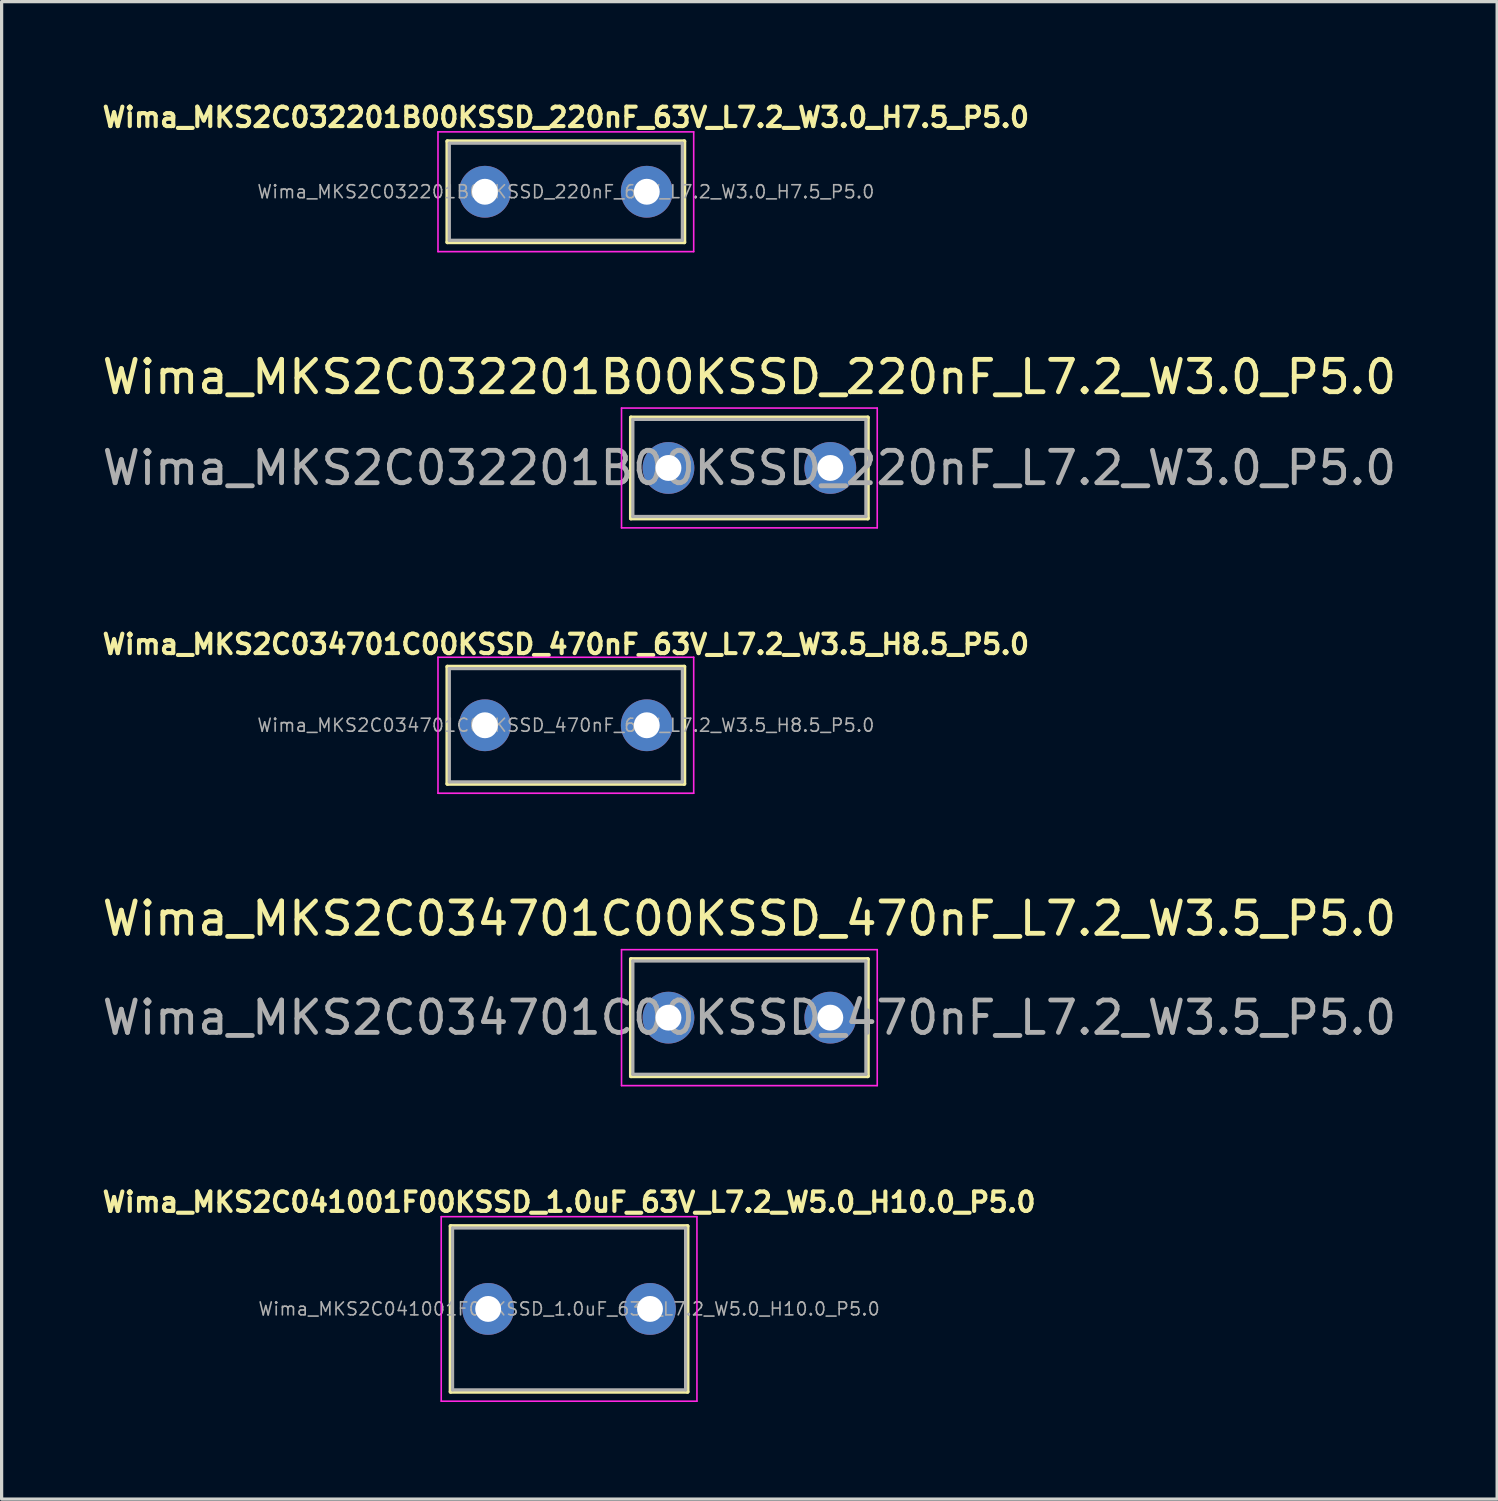
<source format=kicad_pcb>
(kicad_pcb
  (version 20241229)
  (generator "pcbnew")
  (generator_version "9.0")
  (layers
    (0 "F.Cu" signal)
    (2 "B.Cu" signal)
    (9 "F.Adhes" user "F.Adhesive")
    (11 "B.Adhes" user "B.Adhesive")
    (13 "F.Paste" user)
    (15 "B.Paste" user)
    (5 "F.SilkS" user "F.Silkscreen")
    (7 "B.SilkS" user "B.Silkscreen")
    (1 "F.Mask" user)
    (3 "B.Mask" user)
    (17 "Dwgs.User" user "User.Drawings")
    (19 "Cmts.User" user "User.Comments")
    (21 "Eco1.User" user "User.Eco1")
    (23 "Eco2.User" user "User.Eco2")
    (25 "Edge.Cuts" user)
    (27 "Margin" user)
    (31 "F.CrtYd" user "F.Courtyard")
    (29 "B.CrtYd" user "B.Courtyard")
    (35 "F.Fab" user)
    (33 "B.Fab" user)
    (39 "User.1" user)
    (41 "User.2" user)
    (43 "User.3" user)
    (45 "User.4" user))
  (footprint "Wima_MKS2C032201B00KSSD_220nF_L7.2_W3.0_P5.0"
    (layer "F.Cu")
    (at 17.601 11.407)
    (property "Reference" "Wima_MKS2C032201B00KSSD_220nF_L7.2_W3.0_P5.0" (at 2.5 -2.81 0) (layer "F.SilkS") (effects (font (size 1 1) (thickness 0.15))))
    (attr through_hole)
    (fp_line (start -1.16 -1.56) (end -1.16 1.56) (stroke (width 0.12) (type solid)) (layer "F.SilkS"))
    (fp_line (start -1.16 -1.56) (end 6.16 -1.56) (stroke (width 0.12) (type solid)) (layer "F.SilkS"))
    (fp_line (start -1.16 1.56) (end 6.16 1.56) (stroke (width 0.12) (type solid)) (layer "F.SilkS"))
    (fp_line (start 6.16 -1.56) (end 6.16 1.56) (stroke (width 0.12) (type solid)) (layer "F.SilkS"))
    (fp_line (start -1.45 -1.85) (end -1.45 1.85) (stroke (width 0.05) (type solid)) (layer "F.CrtYd"))
    (fp_line (start -1.45 1.85) (end 6.45 1.85) (stroke (width 0.05) (type solid)) (layer "F.CrtYd"))
    (fp_line (start 6.45 -1.85) (end -1.45 -1.85) (stroke (width 0.05) (type solid)) (layer "F.CrtYd"))
    (fp_line (start 6.45 1.85) (end 6.45 -1.85) (stroke (width 0.05) (type solid)) (layer "F.CrtYd"))
    (fp_line (start -1.1 -1.5) (end -1.1 1.5) (stroke (width 0.1) (type solid)) (layer "F.Fab"))
    (fp_line (start -1.1 1.5) (end 6.1 1.5) (stroke (width 0.1) (type solid)) (layer "F.Fab"))
    (fp_line (start 6.1 -1.5) (end -1.1 -1.5) (stroke (width 0.1) (type solid)) (layer "F.Fab"))
    (fp_line (start 6.1 1.5) (end 6.1 -1.5) (stroke (width 0.1) (type solid)) (layer "F.Fab"))
    (fp_text user "${REFERENCE}" (at 2.5 0 0) (layer "F.Fab") (effects (font (size 1 1) (thickness 0.15))))
    (pad "1" thru_hole circle (at 0 0) (size 1.6 1.6) (drill 0.8) (layers "*.Cu" "*.Mask"))
    (pad "2" thru_hole circle (at 5 0) (size 1.6 1.6) (drill 0.8) (layers "*.Cu" "*.Mask")))
  (footprint "Wima_MKS2C032201B00KSSD_220nF_63V_L7.2_W3.0_H7.5_P5.0"
    (layer "F.Cu")
    (at 14.431 2.874)
    (property "Reference" "Wima_MKS2C032201B00KSSD_220nF_63V_L7.2_W3.0_H7.5_P5.0" (at 0 -2.3 0) (layer "F.SilkS") (effects (font (size 0.6 0.6) (thickness 0.127))))
    (attr through_hole)
    (fp_line (start -3.66 -1.56) (end -3.66 1.56) (stroke (width 0.12) (type solid)) (layer "F.SilkS"))
    (fp_line (start -3.66 -1.56) (end 3.66 -1.56) (stroke (width 0.12) (type solid)) (layer "F.SilkS"))
    (fp_line (start -3.66 1.56) (end 3.66 1.56) (stroke (width 0.12) (type solid)) (layer "F.SilkS"))
    (fp_line (start 3.66 -1.56) (end 3.66 1.56) (stroke (width 0.12) (type solid)) (layer "F.SilkS"))
    (fp_line (start -3.95 -1.85) (end -3.95 1.85) (stroke (width 0.05) (type solid)) (layer "F.CrtYd"))
    (fp_line (start -3.95 1.85) (end 3.95 1.85) (stroke (width 0.05) (type solid)) (layer "F.CrtYd"))
    (fp_line (start 3.95 -1.85) (end -3.95 -1.85) (stroke (width 0.05) (type solid)) (layer "F.CrtYd"))
    (fp_line (start 3.95 1.85) (end 3.95 -1.85) (stroke (width 0.05) (type solid)) (layer "F.CrtYd"))
    (fp_line (start -3.6 -1.5) (end -3.6 1.5) (stroke (width 0.1) (type solid)) (layer "F.Fab"))
    (fp_line (start -3.6 1.5) (end 3.6 1.5) (stroke (width 0.1) (type solid)) (layer "F.Fab"))
    (fp_line (start 3.6 -1.5) (end -3.6 -1.5) (stroke (width 0.1) (type solid)) (layer "F.Fab"))
    (fp_line (start 3.6 1.5) (end 3.6 -1.5) (stroke (width 0.1) (type solid)) (layer "F.Fab"))
    (fp_text user "${REFERENCE}" (at 0 0 0) (layer "F.Fab") (effects (font (size 0.4 0.4) (thickness 0.05))))
    (pad "1" thru_hole circle (at -2.5 0) (size 1.6 1.6) (drill 0.8) (layers "*.Cu" "*.Mask"))
    (pad "2" thru_hole circle (at 2.5 0) (size 1.6 1.6) (drill 0.8) (layers "*.Cu" "*.Mask")))
  (footprint "Wima_MKS2C041001F00KSSD_1.0uF_63V_L7.2_W5.0_H10.0_P5.0"
    (layer "F.Cu")
    (at 14.531 37.388)
    (property "Reference" "Wima_MKS2C041001F00KSSD_1.0uF_63V_L7.2_W5.0_H10.0_P5.0" (at 0 -3.3 0) (layer "F.SilkS") (effects (font (size 0.6 0.6) (thickness 0.127))))
    (attr through_hole)
    (fp_line (start -3.66 -2.56) (end -3.66 2.56) (stroke (width 0.12) (type solid)) (layer "F.SilkS"))
    (fp_line (start -3.66 -2.56) (end 3.66 -2.56) (stroke (width 0.12) (type solid)) (layer "F.SilkS"))
    (fp_line (start -3.66 2.56) (end 3.66 2.56) (stroke (width 0.12) (type solid)) (layer "F.SilkS"))
    (fp_line (start 3.66 -2.56) (end 3.66 2.56) (stroke (width 0.12) (type solid)) (layer "F.SilkS"))
    (fp_line (start -3.95 -2.85) (end -3.95 2.85) (stroke (width 0.05) (type solid)) (layer "F.CrtYd"))
    (fp_line (start -3.95 2.85) (end 3.95 2.85) (stroke (width 0.05) (type solid)) (layer "F.CrtYd"))
    (fp_line (start 3.95 -2.85) (end -3.95 -2.85) (stroke (width 0.05) (type solid)) (layer "F.CrtYd"))
    (fp_line (start 3.95 2.85) (end 3.95 -2.85) (stroke (width 0.05) (type solid)) (layer "F.CrtYd"))
    (fp_line (start -3.6 -2.5) (end -3.6 2.5) (stroke (width 0.1) (type solid)) (layer "F.Fab"))
    (fp_line (start -3.6 2.5) (end 3.6 2.5) (stroke (width 0.1) (type solid)) (layer "F.Fab"))
    (fp_line (start 3.6 -2.5) (end -3.6 -2.5) (stroke (width 0.1) (type solid)) (layer "F.Fab"))
    (fp_line (start 3.6 2.5) (end 3.6 -2.5) (stroke (width 0.1) (type solid)) (layer "F.Fab"))
    (fp_text user "${REFERENCE}" (at 0 0 0) (layer "F.Fab") (effects (font (size 0.4 0.4) (thickness 0.05))))
    (pad "1" thru_hole circle (at -2.5 0) (size 1.6 1.6) (drill 0.8) (layers "*.Cu" "*.Mask"))
    (pad "2" thru_hole circle (at 2.5 0) (size 1.6 1.6) (drill 0.8) (layers "*.Cu" "*.Mask")))
  (footprint "Wima_MKS2C034701C00KSSD_470nF_L7.2_W3.5_P5.0"
    (layer "F.Cu")
    (at 17.601 28.389)
    (property "Reference" "Wima_MKS2C034701C00KSSD_470nF_L7.2_W3.5_P5.0" (at 2.5 -3.06 0) (layer "F.SilkS") (effects (font (size 1 1) (thickness 0.15))))
    (attr through_hole)
    (fp_line (start -1.16 -1.81) (end -1.16 1.81) (stroke (width 0.12) (type solid)) (layer "F.SilkS"))
    (fp_line (start -1.16 -1.81) (end 6.16 -1.81) (stroke (width 0.12) (type solid)) (layer "F.SilkS"))
    (fp_line (start -1.16 1.81) (end 6.16 1.81) (stroke (width 0.12) (type solid)) (layer "F.SilkS"))
    (fp_line (start 6.16 -1.81) (end 6.16 1.81) (stroke (width 0.12) (type solid)) (layer "F.SilkS"))
    (fp_line (start -1.45 -2.1) (end -1.45 2.1) (stroke (width 0.05) (type solid)) (layer "F.CrtYd"))
    (fp_line (start -1.45 2.1) (end 6.45 2.1) (stroke (width 0.05) (type solid)) (layer "F.CrtYd"))
    (fp_line (start 6.45 -2.1) (end -1.45 -2.1) (stroke (width 0.05) (type solid)) (layer "F.CrtYd"))
    (fp_line (start 6.45 2.1) (end 6.45 -2.1) (stroke (width 0.05) (type solid)) (layer "F.CrtYd"))
    (fp_line (start -1.1 -1.75) (end -1.1 1.75) (stroke (width 0.1) (type solid)) (layer "F.Fab"))
    (fp_line (start -1.1 1.75) (end 6.1 1.75) (stroke (width 0.1) (type solid)) (layer "F.Fab"))
    (fp_line (start 6.1 -1.75) (end -1.1 -1.75) (stroke (width 0.1) (type solid)) (layer "F.Fab"))
    (fp_line (start 6.1 1.75) (end 6.1 -1.75) (stroke (width 0.1) (type solid)) (layer "F.Fab"))
    (fp_text user "${REFERENCE}" (at 2.5 0 0) (layer "F.Fab") (effects (font (size 1 1) (thickness 0.15))))
    (pad "1" thru_hole circle (at 0 0) (size 1.6 1.6) (drill 0.8) (layers "*.Cu" "*.Mask"))
    (pad "2" thru_hole circle (at 5 0) (size 1.6 1.6) (drill 0.8) (layers "*.Cu" "*.Mask")))
  (footprint "Wima_MKS2C034701C00KSSD_470nF_63V_L7.2_W3.5_H8.5_P5.0"
    (layer "F.Cu")
    (at 14.431 19.356)
    (property "Reference" "Wima_MKS2C034701C00KSSD_470nF_63V_L7.2_W3.5_H8.5_P5.0" (at 0 -2.5 0) (layer "F.SilkS") (effects (font (size 0.6 0.6) (thickness 0.127))))
    (attr through_hole)
    (fp_line (start -3.66 -1.81) (end -3.66 1.81) (stroke (width 0.12) (type solid)) (layer "F.SilkS"))
    (fp_line (start -3.66 -1.81) (end 3.66 -1.81) (stroke (width 0.12) (type solid)) (layer "F.SilkS"))
    (fp_line (start -3.66 1.81) (end 3.66 1.81) (stroke (width 0.12) (type solid)) (layer "F.SilkS"))
    (fp_line (start 3.66 -1.81) (end 3.66 1.81) (stroke (width 0.12) (type solid)) (layer "F.SilkS"))
    (fp_line (start -3.95 -2.1) (end -3.95 2.1) (stroke (width 0.05) (type solid)) (layer "F.CrtYd"))
    (fp_line (start -3.95 2.1) (end 3.95 2.1) (stroke (width 0.05) (type solid)) (layer "F.CrtYd"))
    (fp_line (start 3.95 -2.1) (end -3.95 -2.1) (stroke (width 0.05) (type solid)) (layer "F.CrtYd"))
    (fp_line (start 3.95 2.1) (end 3.95 -2.1) (stroke (width 0.05) (type solid)) (layer "F.CrtYd"))
    (fp_line (start -3.6 -1.75) (end -3.6 1.75) (stroke (width 0.1) (type solid)) (layer "F.Fab"))
    (fp_line (start -3.6 1.75) (end 3.6 1.75) (stroke (width 0.1) (type solid)) (layer "F.Fab"))
    (fp_line (start 3.6 -1.75) (end -3.6 -1.75) (stroke (width 0.1) (type solid)) (layer "F.Fab"))
    (fp_line (start 3.6 1.75) (end 3.6 -1.75) (stroke (width 0.1) (type solid)) (layer "F.Fab"))
    (fp_text user "${REFERENCE}" (at 0 0 0) (layer "F.Fab") (effects (font (size 0.4 0.4) (thickness 0.05))))
    (pad "1" thru_hole circle (at -2.5 0) (size 1.6 1.6) (drill 0.8) (layers "*.Cu" "*.Mask"))
    (pad "2" thru_hole circle (at 2.5 0) (size 1.6 1.6) (drill 0.8) (layers "*.Cu" "*.Mask")))
  (gr_rect
    (start -3 -3)
    (end 43.202 43.263)
    (stroke (width 0.1) (type default))
    (fill no)
    (layer "Edge.Cuts")))
</source>
